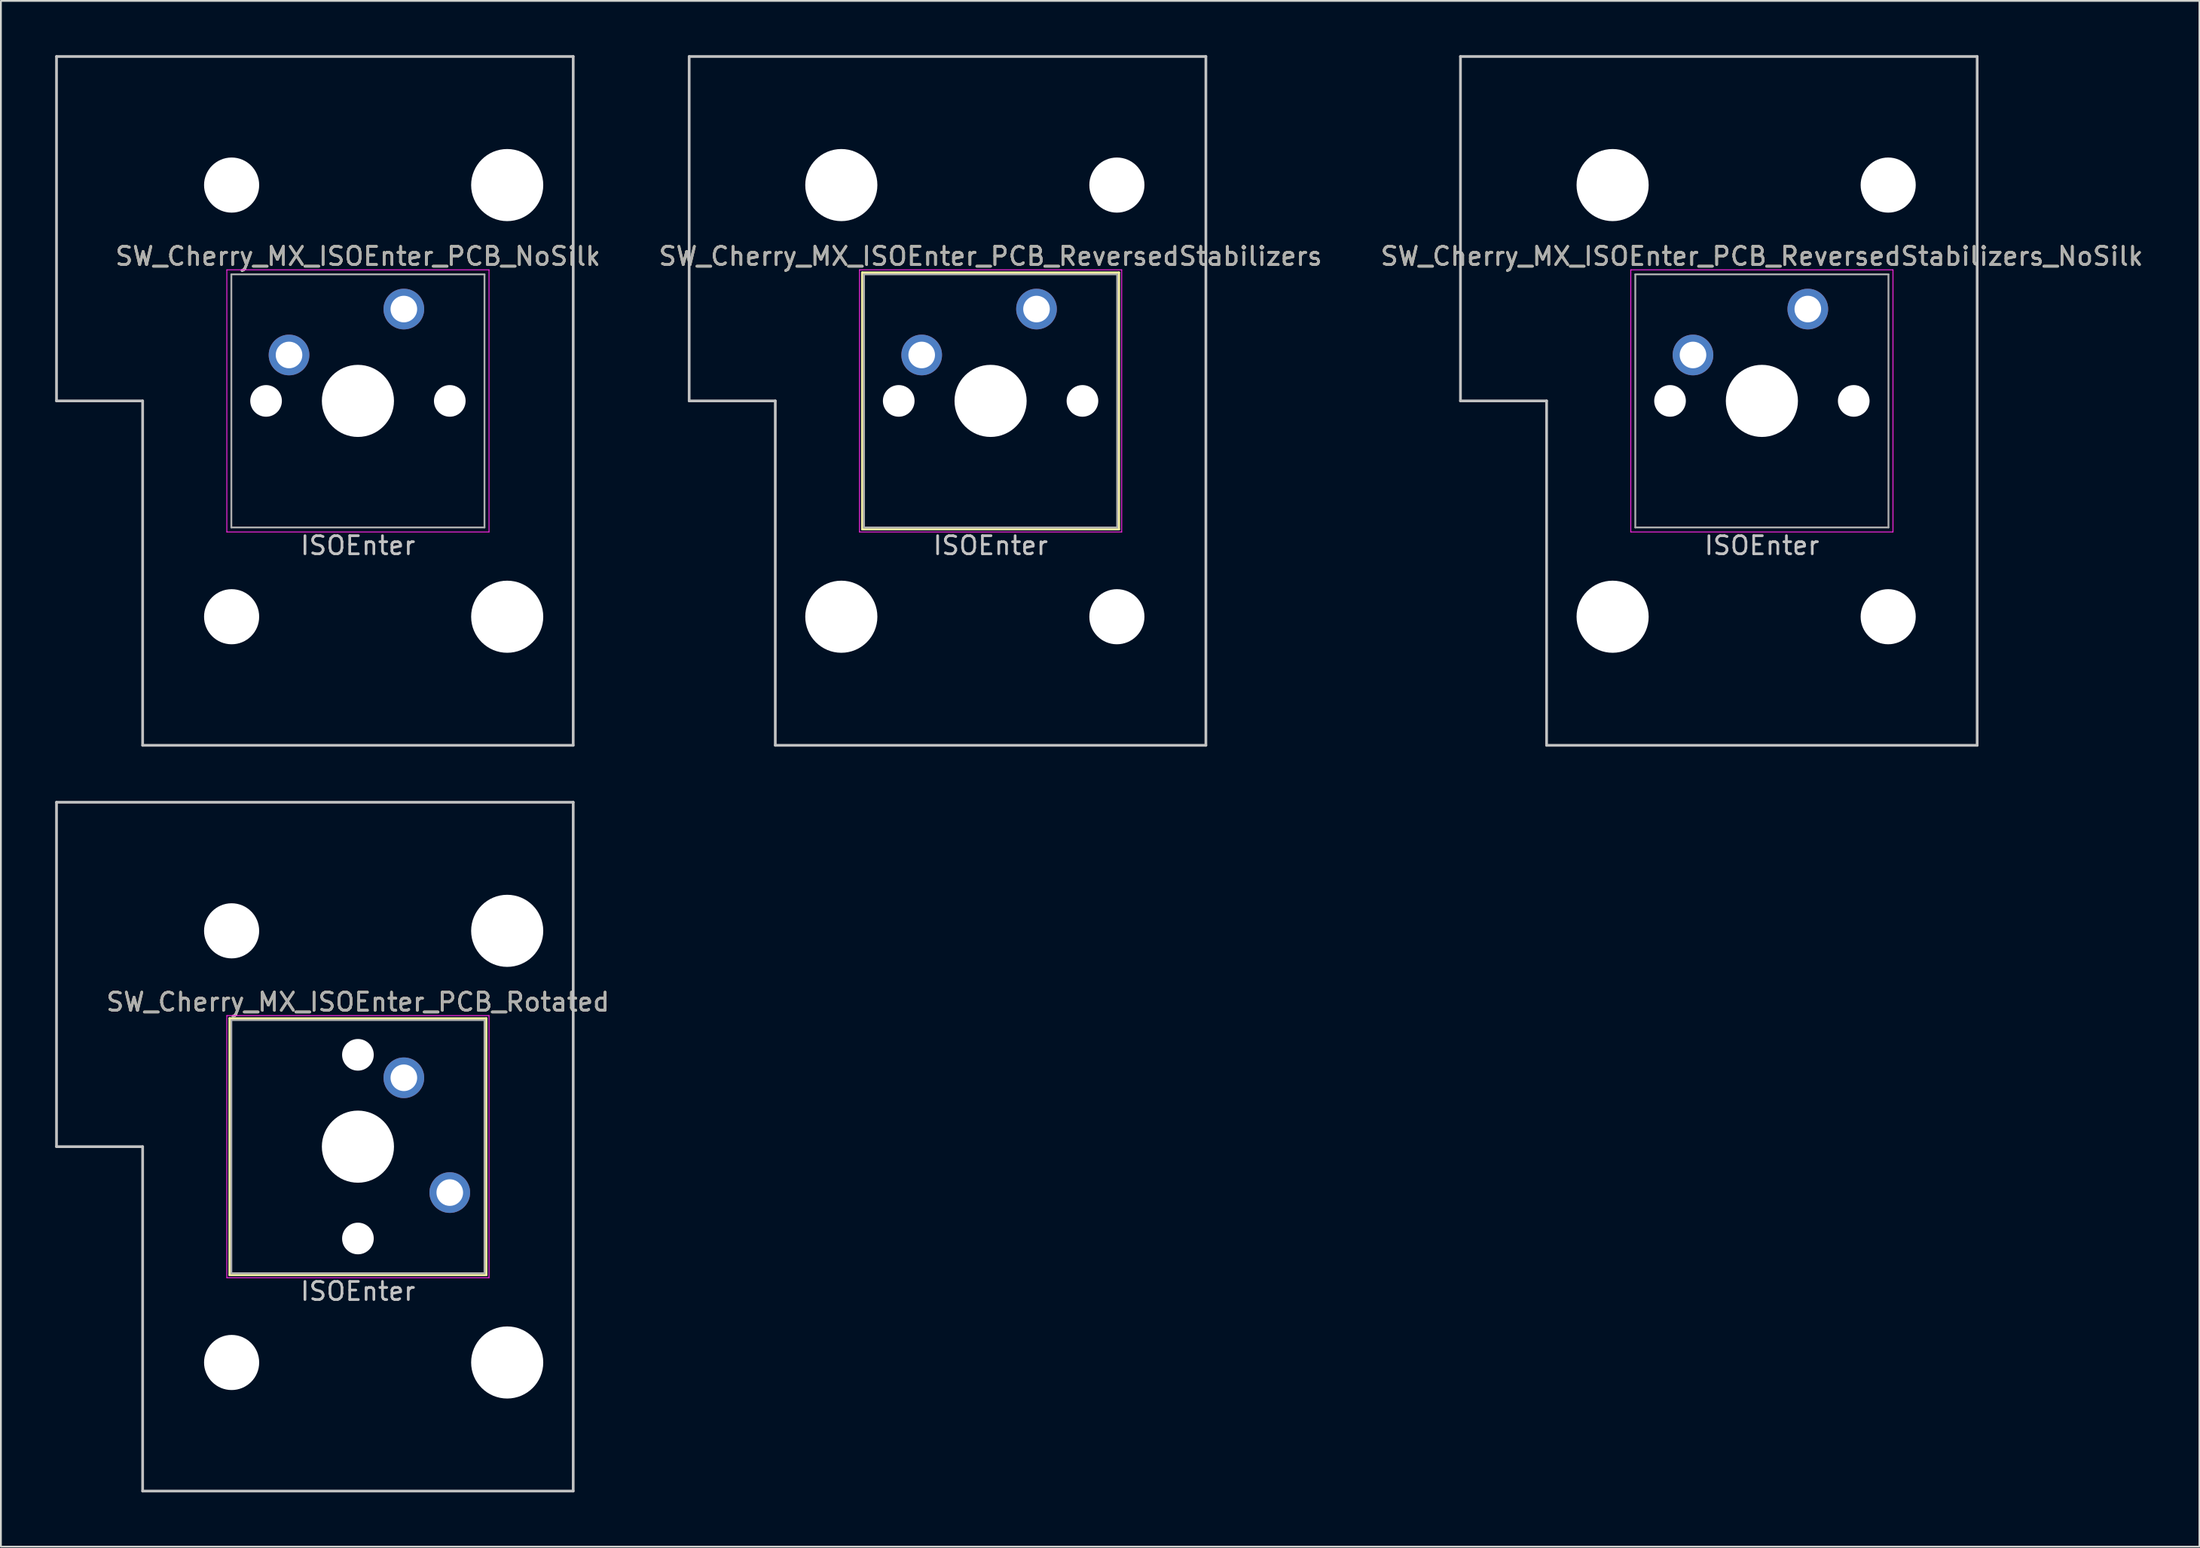
<source format=kicad_pcb>
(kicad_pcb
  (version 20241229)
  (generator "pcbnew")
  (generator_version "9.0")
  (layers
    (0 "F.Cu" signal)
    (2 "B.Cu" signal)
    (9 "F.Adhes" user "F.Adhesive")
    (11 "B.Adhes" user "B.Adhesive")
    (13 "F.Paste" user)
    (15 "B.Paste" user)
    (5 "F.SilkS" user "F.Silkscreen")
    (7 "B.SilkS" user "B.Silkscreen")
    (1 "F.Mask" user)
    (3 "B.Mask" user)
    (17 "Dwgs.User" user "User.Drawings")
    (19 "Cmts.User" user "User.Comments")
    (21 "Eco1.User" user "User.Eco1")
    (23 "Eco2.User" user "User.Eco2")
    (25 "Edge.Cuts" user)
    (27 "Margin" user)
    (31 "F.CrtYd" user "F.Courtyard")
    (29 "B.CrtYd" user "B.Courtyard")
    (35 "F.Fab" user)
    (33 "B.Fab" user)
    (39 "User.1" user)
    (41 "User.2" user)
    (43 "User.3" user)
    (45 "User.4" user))
  (footprint "SW_Cherry_MX_ISOEnter_PCB_ReversedStabilizers_NoSilk"
    (layer "F.Cu")
    (at 94.387 19.125)
    (property "Reference" "SW_Cherry_MX_ISOEnter_PCB_ReversedStabilizers_NoSilk" (at 0 -8 0) (layer "F.SilkS") (effects (font (size 1 1) (thickness 0.15))))
    (attr through_hole)
    (fp_line (start -16.669 -19.05) (end -16.669 0) (stroke (width 0.15) (type solid)) (layer "Dwgs.User"))
    (fp_line (start -16.669 -19.05) (end 11.906 -19.05) (stroke (width 0.15) (type solid)) (layer "Dwgs.User"))
    (fp_line (start -11.906 0) (end -16.669 0) (stroke (width 0.15) (type solid)) (layer "Dwgs.User"))
    (fp_line (start -11.906 19.05) (end -11.906 0) (stroke (width 0.15) (type solid)) (layer "Dwgs.User"))
    (fp_line (start -11.906 19.05) (end 11.906 19.05) (stroke (width 0.15) (type solid)) (layer "Dwgs.User"))
    (fp_line (start 11.906 -19.05) (end 11.906 19.05) (stroke (width 0.15) (type solid)) (layer "Dwgs.User"))
    (fp_line (start -7.25 -7.25) (end 7.25 -7.25) (stroke (width 0.05) (type solid)) (layer "F.CrtYd"))
    (fp_line (start -7.25 7.25) (end -7.25 -7.25) (stroke (width 0.05) (type solid)) (layer "F.CrtYd"))
    (fp_line (start 7.25 -7.25) (end 7.25 7.25) (stroke (width 0.05) (type solid)) (layer "F.CrtYd"))
    (fp_line (start 7.25 7.25) (end -7.25 7.25) (stroke (width 0.05) (type solid)) (layer "F.CrtYd"))
    (fp_line (start -7 -7) (end 7 -7) (stroke (width 0.1) (type solid)) (layer "F.Fab"))
    (fp_line (start -7 7) (end -7 -7) (stroke (width 0.1) (type solid)) (layer "F.Fab"))
    (fp_line (start 7 -7) (end 7 7) (stroke (width 0.1) (type solid)) (layer "F.Fab"))
    (fp_line (start 7 7) (end -7 7) (stroke (width 0.1) (type solid)) (layer "F.Fab"))
    (fp_text user "ISOEnter" (at 0 8 0) (layer "Dwgs.User") (effects (font (size 1 1) (thickness 0.15))))
    (fp_text user "${REFERENCE}" (at 0 -8 0) (layer "F.Fab") (effects (font (size 1 1) (thickness 0.15))))
    (pad "" np_thru_hole circle (at -8.255 -11.938) (size 3.988 3.988) (drill 3.988) (layers "*.Cu" "*.Mask"))
    (pad "" np_thru_hole circle (at -8.255 11.938) (size 3.988 3.988) (drill 3.988) (layers "*.Cu" "*.Mask"))
    (pad "" np_thru_hole circle (at -5.08 0 48.1) (size 1.75 1.75) (drill 1.75) (layers "*.Cu" "*.Mask"))
    (pad "" np_thru_hole circle (at 0 0) (size 3.988 3.988) (drill 3.988) (layers "*.Cu" "*.Mask"))
    (pad "" np_thru_hole circle (at 5.08 0 48.1) (size 1.75 1.75) (drill 1.75) (layers "*.Cu" "*.Mask"))
    (pad "" np_thru_hole circle (at 6.985 -11.938) (size 3.048 3.048) (drill 3.048) (layers "*.Cu" "*.Mask"))
    (pad "" np_thru_hole circle (at 6.985 11.938) (size 3.048 3.048) (drill 3.048) (layers "*.Cu" "*.Mask"))
    (pad "1" thru_hole circle (at -3.81 -2.54) (size 2.25 2.25) (drill 1.47) (layers "*.Cu" "B.Mask"))
    (pad "2" thru_hole circle (at 2.54 -5.08) (size 2.25 2.25) (drill 1.47) (layers "*.Cu" "B.Mask")))
  (footprint "SW_Cherry_MX_ISOEnter_PCB_Rotated"
    (layer "F.Cu")
    (at 16.744 60.375)
    (property "Reference" "SW_Cherry_MX_ISOEnter_PCB_Rotated" (at 0 -8 0) (layer "F.SilkS") (effects (font (size 1 1) (thickness 0.15))))
    (attr through_hole)
    (fp_line (start -7.1 -7.1) (end 7.1 -7.1) (stroke (width 0.12) (type solid)) (layer "F.SilkS"))
    (fp_line (start -7.1 7.1) (end -7.1 -7.1) (stroke (width 0.12) (type solid)) (layer "F.SilkS"))
    (fp_line (start 7.1 -7.1) (end 7.1 7.1) (stroke (width 0.12) (type solid)) (layer "F.SilkS"))
    (fp_line (start 7.1 7.1) (end -7.1 7.1) (stroke (width 0.12) (type solid)) (layer "F.SilkS"))
    (fp_line (start -16.669 -19.05) (end -16.669 0) (stroke (width 0.15) (type solid)) (layer "Dwgs.User"))
    (fp_line (start -16.669 -19.05) (end 11.906 -19.05) (stroke (width 0.15) (type solid)) (layer "Dwgs.User"))
    (fp_line (start -11.906 0) (end -16.669 0) (stroke (width 0.15) (type solid)) (layer "Dwgs.User"))
    (fp_line (start -11.906 19.05) (end -11.906 0) (stroke (width 0.15) (type solid)) (layer "Dwgs.User"))
    (fp_line (start -11.906 19.05) (end 11.906 19.05) (stroke (width 0.15) (type solid)) (layer "Dwgs.User"))
    (fp_line (start 11.906 -19.05) (end 11.906 19.05) (stroke (width 0.15) (type solid)) (layer "Dwgs.User"))
    (fp_line (start -7.25 -7.25) (end 7.25 -7.25) (stroke (width 0.05) (type solid)) (layer "F.CrtYd"))
    (fp_line (start -7.25 7.25) (end -7.25 -7.25) (stroke (width 0.05) (type solid)) (layer "F.CrtYd"))
    (fp_line (start 7.25 -7.25) (end 7.25 7.25) (stroke (width 0.05) (type solid)) (layer "F.CrtYd"))
    (fp_line (start 7.25 7.25) (end -7.25 7.25) (stroke (width 0.05) (type solid)) (layer "F.CrtYd"))
    (fp_line (start -7 -7) (end 7 -7) (stroke (width 0.1) (type solid)) (layer "F.Fab"))
    (fp_line (start -7 7) (end -7 -7) (stroke (width 0.1) (type solid)) (layer "F.Fab"))
    (fp_line (start 7 -7) (end 7 7) (stroke (width 0.1) (type solid)) (layer "F.Fab"))
    (fp_line (start 7 7) (end -7 7) (stroke (width 0.1) (type solid)) (layer "F.Fab"))
    (fp_text user "ISOEnter" (at 0 8 0) (layer "Dwgs.User") (effects (font (size 1 1) (thickness 0.15))))
    (fp_text user "${REFERENCE}" (at 0 -8 0) (layer "F.Fab") (effects (font (size 1 1) (thickness 0.15))))
    (pad "" np_thru_hole circle (at -6.985 -11.938) (size 3.048 3.048) (drill 3.048) (layers "*.Cu" "*.Mask"))
    (pad "" np_thru_hole circle (at -6.985 11.938) (size 3.048 3.048) (drill 3.048) (layers "*.Cu" "*.Mask"))
    (pad "" np_thru_hole circle (at 0 -5.08 48.1) (size 1.75 1.75) (drill 1.75) (layers "*.Cu" "*.Mask"))
    (pad "" np_thru_hole circle (at 0 0) (size 3.988 3.988) (drill 3.988) (layers "*.Cu" "*.Mask"))
    (pad "" np_thru_hole circle (at 0 5.08 48.1) (size 1.75 1.75) (drill 1.75) (layers "*.Cu" "*.Mask"))
    (pad "" np_thru_hole circle (at 8.255 -11.938) (size 3.988 3.988) (drill 3.988) (layers "*.Cu" "*.Mask"))
    (pad "" np_thru_hole circle (at 8.255 11.938) (size 3.988 3.988) (drill 3.988) (layers "*.Cu" "*.Mask"))
    (pad "1" thru_hole circle (at 2.54 -3.81) (size 2.25 2.25) (drill 1.47) (layers "*.Cu" "B.Mask"))
    (pad "2" thru_hole circle (at 5.08 2.54) (size 2.25 2.25) (drill 1.47) (layers "*.Cu" "B.Mask")))
  (footprint "SW_Cherry_MX_ISOEnter_PCB_NoSilk"
    (layer "F.Cu")
    (at 16.744 19.125)
    (property "Reference" "SW_Cherry_MX_ISOEnter_PCB_NoSilk" (at 0 -8 0) (layer "F.SilkS") (effects (font (size 1 1) (thickness 0.15))))
    (attr through_hole)
    (fp_line (start -16.669 -19.05) (end -16.669 0) (stroke (width 0.15) (type solid)) (layer "Dwgs.User"))
    (fp_line (start -16.669 -19.05) (end 11.906 -19.05) (stroke (width 0.15) (type solid)) (layer "Dwgs.User"))
    (fp_line (start -11.906 0) (end -16.669 0) (stroke (width 0.15) (type solid)) (layer "Dwgs.User"))
    (fp_line (start -11.906 19.05) (end -11.906 0) (stroke (width 0.15) (type solid)) (layer "Dwgs.User"))
    (fp_line (start -11.906 19.05) (end 11.906 19.05) (stroke (width 0.15) (type solid)) (layer "Dwgs.User"))
    (fp_line (start 11.906 -19.05) (end 11.906 19.05) (stroke (width 0.15) (type solid)) (layer "Dwgs.User"))
    (fp_line (start -7.25 -7.25) (end 7.25 -7.25) (stroke (width 0.05) (type solid)) (layer "F.CrtYd"))
    (fp_line (start -7.25 7.25) (end -7.25 -7.25) (stroke (width 0.05) (type solid)) (layer "F.CrtYd"))
    (fp_line (start 7.25 -7.25) (end 7.25 7.25) (stroke (width 0.05) (type solid)) (layer "F.CrtYd"))
    (fp_line (start 7.25 7.25) (end -7.25 7.25) (stroke (width 0.05) (type solid)) (layer "F.CrtYd"))
    (fp_line (start -7 -7) (end 7 -7) (stroke (width 0.1) (type solid)) (layer "F.Fab"))
    (fp_line (start -7 7) (end -7 -7) (stroke (width 0.1) (type solid)) (layer "F.Fab"))
    (fp_line (start 7 -7) (end 7 7) (stroke (width 0.1) (type solid)) (layer "F.Fab"))
    (fp_line (start 7 7) (end -7 7) (stroke (width 0.1) (type solid)) (layer "F.Fab"))
    (fp_text user "ISOEnter" (at 0 8 0) (layer "Dwgs.User") (effects (font (size 1 1) (thickness 0.15))))
    (fp_text user "${REFERENCE}" (at 0 -8 0) (layer "F.Fab") (effects (font (size 1 1) (thickness 0.15))))
    (pad "" np_thru_hole circle (at -6.985 -11.938) (size 3.048 3.048) (drill 3.048) (layers "*.Cu" "*.Mask"))
    (pad "" np_thru_hole circle (at -6.985 11.938) (size 3.048 3.048) (drill 3.048) (layers "*.Cu" "*.Mask"))
    (pad "" np_thru_hole circle (at -5.08 0 48.1) (size 1.75 1.75) (drill 1.75) (layers "*.Cu" "*.Mask"))
    (pad "" np_thru_hole circle (at 0 0) (size 3.988 3.988) (drill 3.988) (layers "*.Cu" "*.Mask"))
    (pad "" np_thru_hole circle (at 5.08 0 48.1) (size 1.75 1.75) (drill 1.75) (layers "*.Cu" "*.Mask"))
    (pad "" np_thru_hole circle (at 8.255 -11.938) (size 3.988 3.988) (drill 3.988) (layers "*.Cu" "*.Mask"))
    (pad "" np_thru_hole circle (at 8.255 11.938) (size 3.988 3.988) (drill 3.988) (layers "*.Cu" "*.Mask"))
    (pad "1" thru_hole circle (at -3.81 -2.54) (size 2.25 2.25) (drill 1.47) (layers "*.Cu" "B.Mask"))
    (pad "2" thru_hole circle (at 2.54 -5.08) (size 2.25 2.25) (drill 1.47) (layers "*.Cu" "B.Mask")))
  (footprint "SW_Cherry_MX_ISOEnter_PCB_ReversedStabilizers"
    (layer "F.Cu")
    (at 51.732 19.125)
    (property "Reference" "SW_Cherry_MX_ISOEnter_PCB_ReversedStabilizers" (at 0 -8 0) (layer "F.SilkS") (effects (font (size 1 1) (thickness 0.15))))
    (attr through_hole)
    (fp_line (start -7.1 -7.1) (end 7.1 -7.1) (stroke (width 0.12) (type solid)) (layer "F.SilkS"))
    (fp_line (start -7.1 7.1) (end -7.1 -7.1) (stroke (width 0.12) (type solid)) (layer "F.SilkS"))
    (fp_line (start 7.1 -7.1) (end 7.1 7.1) (stroke (width 0.12) (type solid)) (layer "F.SilkS"))
    (fp_line (start 7.1 7.1) (end -7.1 7.1) (stroke (width 0.12) (type solid)) (layer "F.SilkS"))
    (fp_line (start -16.669 -19.05) (end -16.669 0) (stroke (width 0.15) (type solid)) (layer "Dwgs.User"))
    (fp_line (start -16.669 -19.05) (end 11.906 -19.05) (stroke (width 0.15) (type solid)) (layer "Dwgs.User"))
    (fp_line (start -11.906 0) (end -16.669 0) (stroke (width 0.15) (type solid)) (layer "Dwgs.User"))
    (fp_line (start -11.906 19.05) (end -11.906 0) (stroke (width 0.15) (type solid)) (layer "Dwgs.User"))
    (fp_line (start -11.906 19.05) (end 11.906 19.05) (stroke (width 0.15) (type solid)) (layer "Dwgs.User"))
    (fp_line (start 11.906 -19.05) (end 11.906 19.05) (stroke (width 0.15) (type solid)) (layer "Dwgs.User"))
    (fp_line (start -7.25 -7.25) (end 7.25 -7.25) (stroke (width 0.05) (type solid)) (layer "F.CrtYd"))
    (fp_line (start -7.25 7.25) (end -7.25 -7.25) (stroke (width 0.05) (type solid)) (layer "F.CrtYd"))
    (fp_line (start 7.25 -7.25) (end 7.25 7.25) (stroke (width 0.05) (type solid)) (layer "F.CrtYd"))
    (fp_line (start 7.25 7.25) (end -7.25 7.25) (stroke (width 0.05) (type solid)) (layer "F.CrtYd"))
    (fp_line (start -7 -7) (end 7 -7) (stroke (width 0.1) (type solid)) (layer "F.Fab"))
    (fp_line (start -7 7) (end -7 -7) (stroke (width 0.1) (type solid)) (layer "F.Fab"))
    (fp_line (start 7 -7) (end 7 7) (stroke (width 0.1) (type solid)) (layer "F.Fab"))
    (fp_line (start 7 7) (end -7 7) (stroke (width 0.1) (type solid)) (layer "F.Fab"))
    (fp_text user "ISOEnter" (at 0 8 0) (layer "Dwgs.User") (effects (font (size 1 1) (thickness 0.15))))
    (fp_text user "${REFERENCE}" (at 0 -8 0) (layer "F.Fab") (effects (font (size 1 1) (thickness 0.15))))
    (pad "" np_thru_hole circle (at -8.255 -11.938) (size 3.988 3.988) (drill 3.988) (layers "*.Cu" "*.Mask"))
    (pad "" np_thru_hole circle (at -8.255 11.938) (size 3.988 3.988) (drill 3.988) (layers "*.Cu" "*.Mask"))
    (pad "" np_thru_hole circle (at -5.08 0 48.1) (size 1.75 1.75) (drill 1.75) (layers "*.Cu" "*.Mask"))
    (pad "" np_thru_hole circle (at 0 0) (size 3.988 3.988) (drill 3.988) (layers "*.Cu" "*.Mask"))
    (pad "" np_thru_hole circle (at 5.08 0 48.1) (size 1.75 1.75) (drill 1.75) (layers "*.Cu" "*.Mask"))
    (pad "" np_thru_hole circle (at 6.985 -11.938) (size 3.048 3.048) (drill 3.048) (layers "*.Cu" "*.Mask"))
    (pad "" np_thru_hole circle (at 6.985 11.938) (size 3.048 3.048) (drill 3.048) (layers "*.Cu" "*.Mask"))
    (pad "1" thru_hole circle (at -3.81 -2.54) (size 2.25 2.25) (drill 1.47) (layers "*.Cu" "B.Mask"))
    (pad "2" thru_hole circle (at 2.54 -5.08) (size 2.25 2.25) (drill 1.47) (layers "*.Cu" "B.Mask")))
  (gr_rect
    (start -3 -3)
    (end 118.583 82.5)
    (stroke (width 0.1) (type default))
    (fill no)
    (layer "Edge.Cuts")))
</source>
